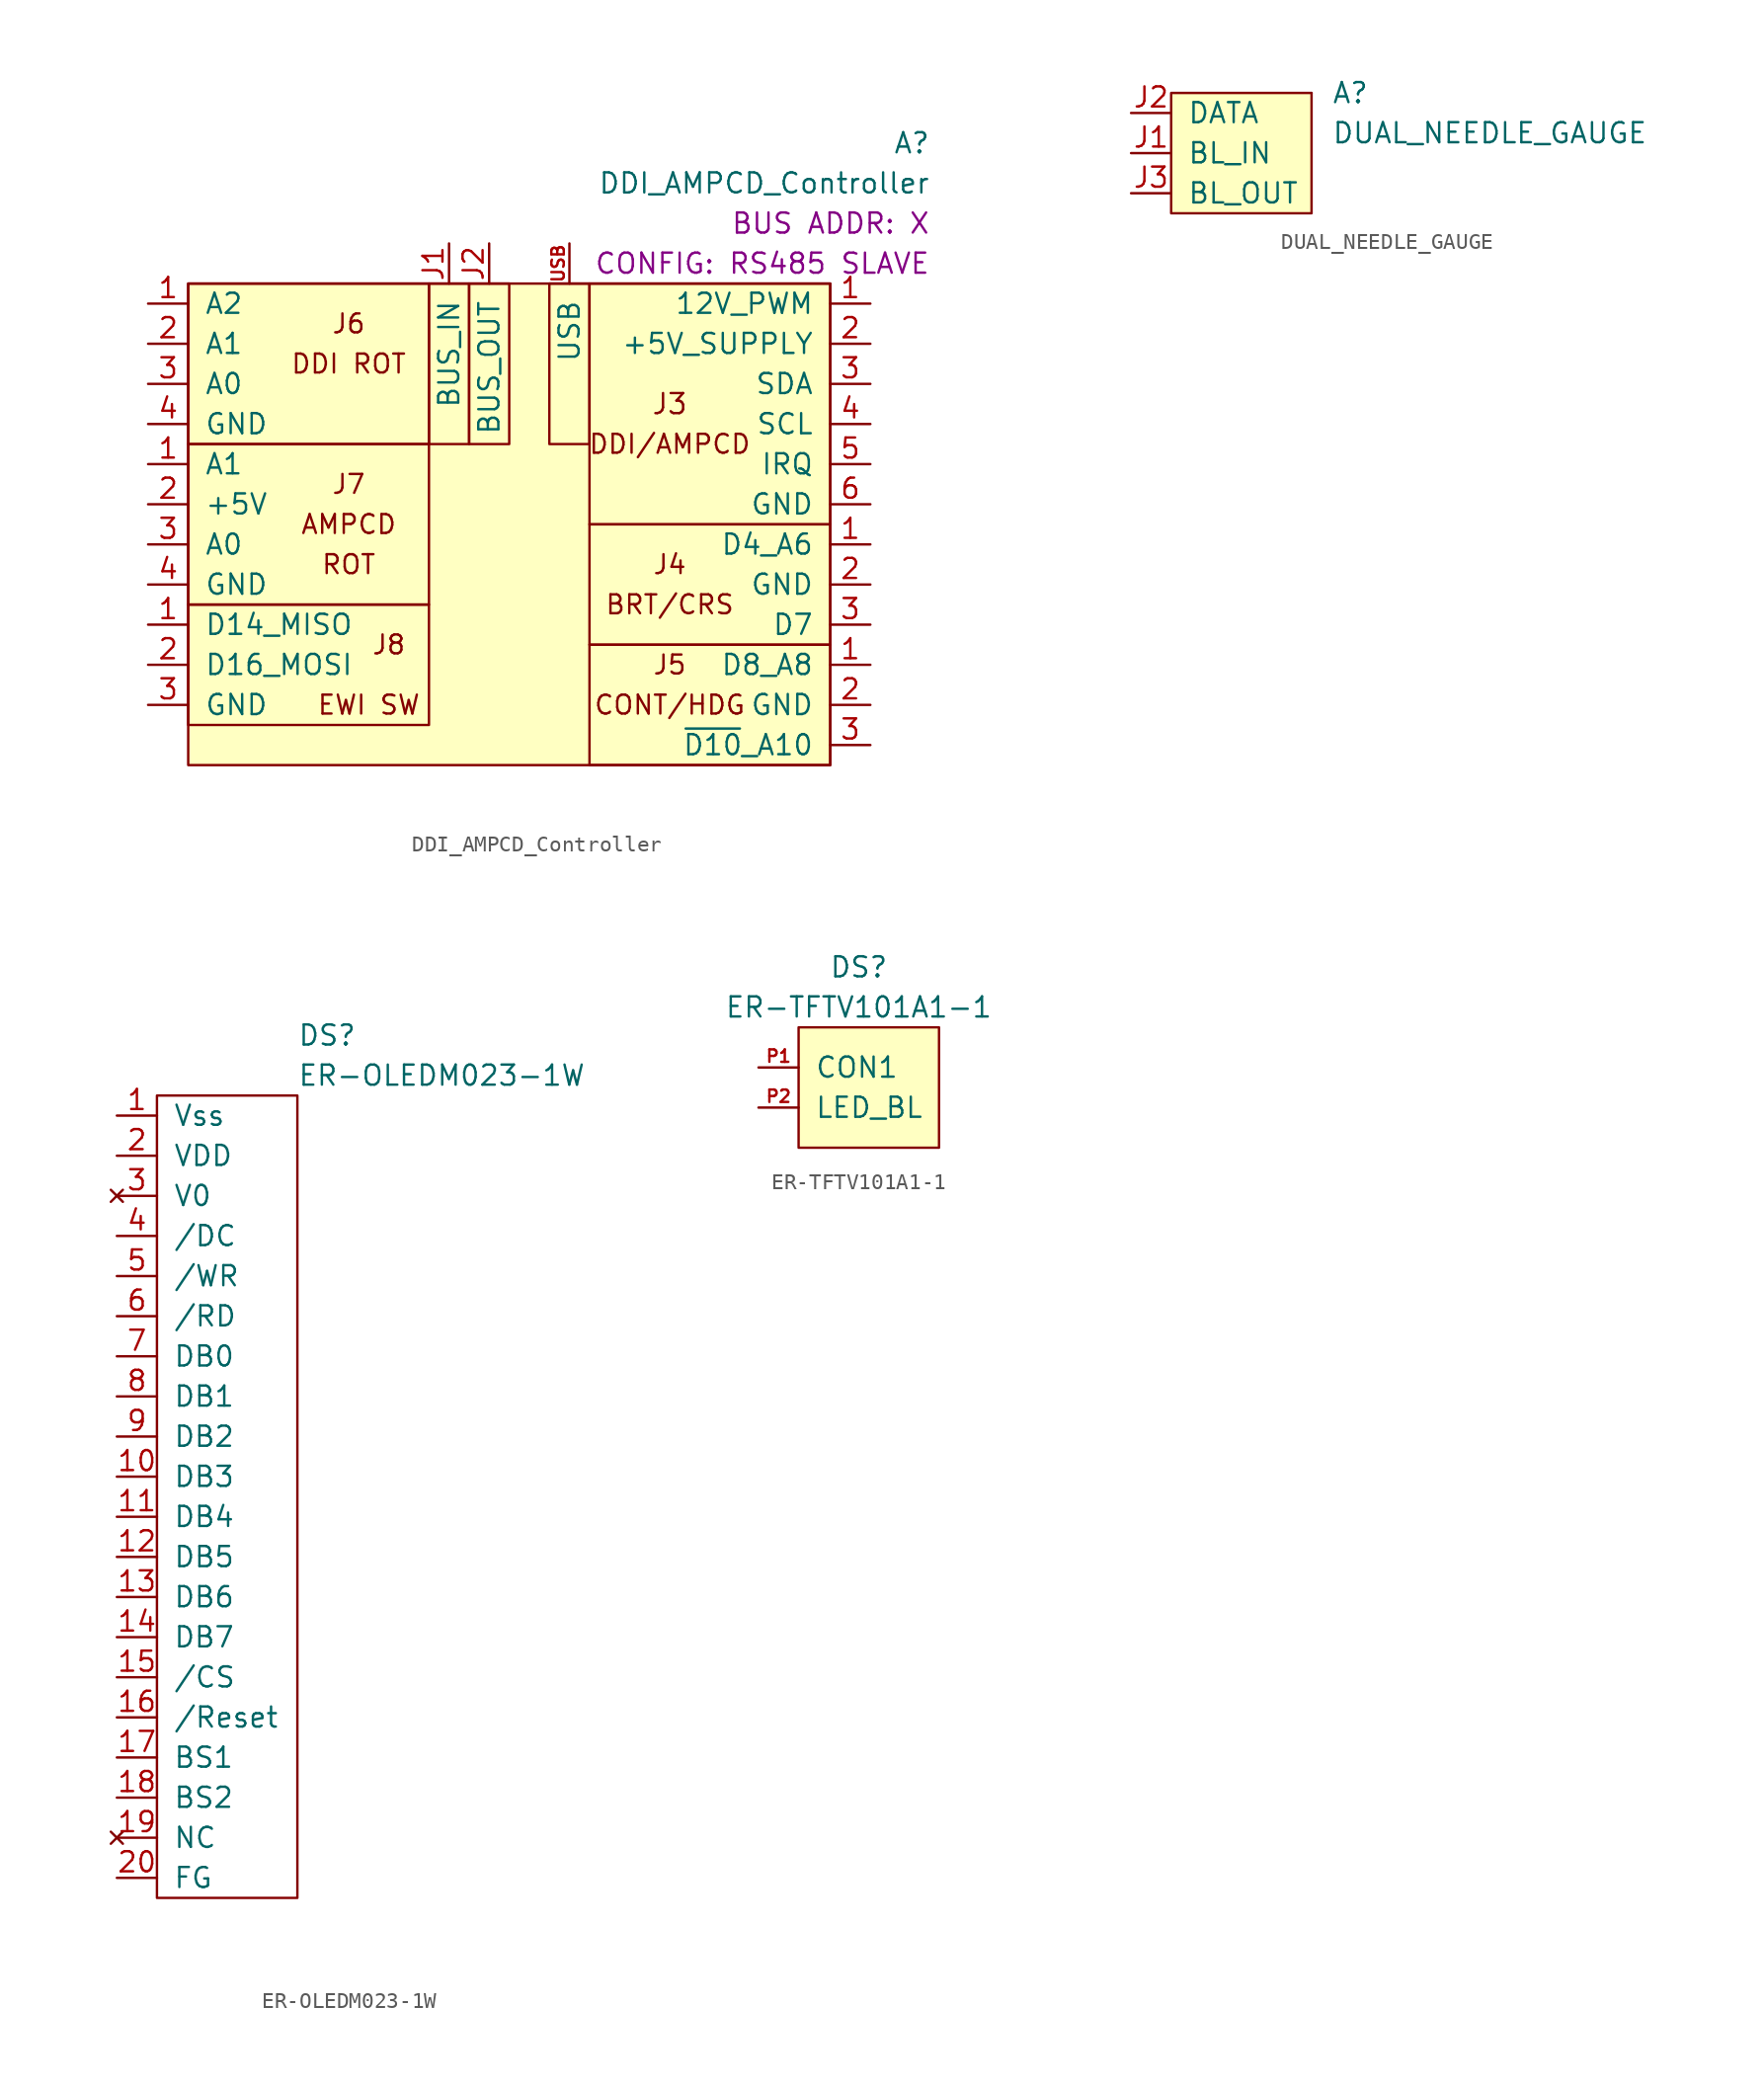
<source format=kicad_sym>
(kicad_symbol_lib
  (version 20211014)
  (generator kicad_symbol_editor)
  (symbol "DDI_AMPCD_Controller"
    (pin_names
      (offset 1.016))
    (property "Reference" "A"
      (at 38.1 49.53 0)
      (effects (font (size 1.27 1.27)) (justify right)))
    (property "Value" "DDI_AMPCD_Controller"
      (at 38.1 46.99 0)
      (effects (font (size 1.27 1.27)) (justify right)))
    (property "CONFIG" "CONFIG: RS485 SLAVE"
      (at 38.1 41.91 0)
      (effects (font (size 1.27 1.27)) (justify right)))
    (property "RS485 ADDR" "BUS ADDR: X"
      (at 38.1 44.45 0)
      (effects (font (size 1.27 1.27)) (justify right)))
    (symbol "DDI_AMPCD_Controller_0_0"
      (rectangle (start -8.89 20.32) (end 6.35 12.7) (stroke (width 0) (type default) (color 0 0 0 0)) (fill (type none)))
      (rectangle (start -8.89 30.48) (end 6.35 20.32) (stroke (width 0) (type default) (color 0 0 0 0)) (fill (type none)))
      (rectangle (start -8.89 30.48) (end 6.35 40.64) (stroke (width 0) (type default) (color 0 0 0 0)) (fill (type none)))
      (rectangle (start -8.89 40.64) (end 31.75 10.16) (stroke (width 0) (type default) (color 0 0 0 0)) (fill (type background)))
      (rectangle (start 6.35 40.64) (end 8.89 30.48) (stroke (width 0) (type default) (color 0 0 0 0)) (fill (type none)))
      (rectangle (start 8.89 40.64) (end 11.43 30.48) (stroke (width 0) (type default) (color 0 0 0 0)) (fill (type none)))
      (rectangle (start 13.97 40.64) (end 16.51 30.48) (stroke (width 0) (type default) (color 0 0 0 0)) (fill (type none)))
      (rectangle (start 31.75 17.78) (end 16.51 10.16) (stroke (width 0) (type default) (color 0 0 0 0)) (fill (type none)))
      (rectangle (start 31.75 25.4) (end 16.51 17.78) (stroke (width 0) (type default) (color 0 0 0 0)) (fill (type none)))
      (rectangle (start 31.75 25.4) (end 16.51 40.64) (stroke (width 0) (type default) (color 0 0 0 0)) (fill (type none)))
      (text "AMPCD" (at 1.27 25.4 0) (effects (font (size 1.194 1.194))))
      (text "BRT/CRS" (at 21.59 20.32 0) (effects (font (size 1.194 1.194))))
      (text "CONT/HDG" (at 21.59 13.97 0) (effects (font (size 1.194 1.194))))
      (text "DDI ROT" (at 1.27 35.56 0) (effects (font (size 1.194 1.194))))
      (text "DDI/AMPCD" (at 21.59 30.48 0) (effects (font (size 1.194 1.194))))
      (text "EWI SW" (at 2.54 13.97 0) (effects (font (size 1.194 1.194))))
      (text "J3" (at 21.59 33.02 0) (effects (font (size 1.27 1.27))))
      (text "J4" (at 21.59 22.86 0) (effects (font (size 1.194 1.194))))
      (text "J5" (at 21.59 16.51 0) (effects (font (size 1.194 1.194))))
      (text "J6" (at 1.27 38.1 0) (effects (font (size 1.194 1.194))))
      (text "J7" (at 1.27 27.94 0) (effects (font (size 1.194 1.194))))
      (text "J8" (at 3.81 17.78 0) (effects (font (size 1.194 1.194))))
      (text "ROT" (at 1.27 22.86 0) (effects (font (size 1.194 1.194))))
      (pin unspecified line (at 34.29 39.37 180) (length 2.54) (name "12V_PWM" (effects (font (size 1.27 1.27)))) (number "1" (effects (font (size 1.27 1.27)))))
      (pin unspecified line (at -11.43 29.21 0) (length 2.54) (name "A1" (effects (font (size 1.27 1.27)))) (number "1" (effects (font (size 1.27 1.27)))))
      (pin unspecified line (at -11.43 39.37 0) (length 2.54) (name "A2" (effects (font (size 1.27 1.27)))) (number "1" (effects (font (size 1.27 1.27)))))
      (pin unspecified line (at -11.43 19.05 0) (length 2.54) (name "D14_MISO" (effects (font (size 1.27 1.27)))) (number "1" (effects (font (size 1.27 1.27)))))
      (pin unspecified line (at 34.29 24.13 180) (length 2.54) (name "D4_A6" (effects (font (size 1.27 1.27)))) (number "1" (effects (font (size 1.27 1.27)))))
      (pin unspecified line (at 34.29 16.51 180) (length 2.54) (name "D8_A8" (effects (font (size 1.27 1.27)))) (number "1" (effects (font (size 1.27 1.27)))))
      (pin unspecified line (at -11.43 26.67 0) (length 2.54) (name "+5V" (effects (font (size 1.27 1.27)))) (number "2" (effects (font (size 1.27 1.27)))))
      (pin unspecified line (at 34.29 36.83 180) (length 2.54) (name "+5V_SUPPLY" (effects (font (size 1.27 1.27)))) (number "2" (effects (font (size 1.27 1.27)))))
      (pin unspecified line (at -11.43 36.83 0) (length 2.54) (name "A1" (effects (font (size 1.27 1.27)))) (number "2" (effects (font (size 1.27 1.27)))))
      (pin unspecified line (at -11.43 16.51 0) (length 2.54) (name "D16_MOSI" (effects (font (size 1.27 1.27)))) (number "2" (effects (font (size 1.27 1.27)))))
      (pin unspecified line (at 34.29 13.97 180) (length 2.54) (name "GND" (effects (font (size 1.27 1.27)))) (number "2" (effects (font (size 1.27 1.27)))))
      (pin unspecified line (at 34.29 21.59 180) (length 2.54) (name "GND" (effects (font (size 1.27 1.27)))) (number "2" (effects (font (size 1.27 1.27)))))
      (pin unspecified line (at -11.43 24.13 0) (length 2.54) (name "A0" (effects (font (size 1.27 1.27)))) (number "3" (effects (font (size 1.27 1.27)))))
      (pin unspecified line (at -11.43 34.29 0) (length 2.54) (name "A0" (effects (font (size 1.27 1.27)))) (number "3" (effects (font (size 1.27 1.27)))))
      (pin unspecified line (at 34.29 19.05 180) (length 2.54) (name "D7" (effects (font (size 1.27 1.27)))) (number "3" (effects (font (size 1.27 1.27)))))
      (pin unspecified line (at -11.43 13.97 0) (length 2.54) (name "GND" (effects (font (size 1.27 1.27)))) (number "3" (effects (font (size 1.27 1.27)))))
      (pin unspecified line (at 34.29 34.29 180) (length 2.54) (name "SDA" (effects (font (size 1.27 1.27)))) (number "3" (effects (font (size 1.27 1.27)))))
      (pin unspecified line (at 34.29 11.43 180) (length 2.54) (name "~{D10}_A10" (effects (font (size 1.27 1.27)))) (number "3" (effects (font (size 1.27 1.27)))))
      (pin unspecified line (at -11.43 21.59 0) (length 2.54) (name "GND" (effects (font (size 1.27 1.27)))) (number "4" (effects (font (size 1.27 1.27)))))
      (pin unspecified line (at -11.43 31.75 0) (length 2.54) (name "GND" (effects (font (size 1.27 1.27)))) (number "4" (effects (font (size 1.27 1.27)))))
      (pin unspecified line (at 34.29 31.75 180) (length 2.54) (name "SCL" (effects (font (size 1.27 1.27)))) (number "4" (effects (font (size 1.27 1.27)))))
      (pin unspecified line (at 34.29 29.21 180) (length 2.54) (name "IRQ" (effects (font (size 1.27 1.27)))) (number "5" (effects (font (size 1.27 1.27)))))
      (pin unspecified line (at 34.29 26.67 180) (length 2.54) (name "GND" (effects (font (size 1.27 1.27)))) (number "6" (effects (font (size 1.27 1.27)))))
      (pin unspecified line (at 7.62 43.18 270) (length 2.54) (name "BUS_IN" (effects (font (size 1.27 1.27)))) (number "J1" (effects (font (size 1.27 1.27)))))
      (pin unspecified line (at 10.16 43.18 270) (length 2.54) (name "BUS_OUT" (effects (font (size 1.27 1.27)))) (number "J2" (effects (font (size 1.27 1.27)))))
      (pin unspecified line (at 15.24 43.18 270) (length 2.54) (name "USB" (effects (font (size 1.27 1.27)))) (number "USB" (effects (font (size 0.787 0.787)))))))
  (symbol "DUAL_NEEDLE_GAUGE"
    (pin_names
      (offset 1.016))
    (property "Reference" "A"
      (at 10.16 6.35 0)
      (effects (font (size 1.27 1.27)) (justify left)))
    (property "Value" "DUAL_NEEDLE_GAUGE"
      (at 10.16 3.81 0)
      (effects (font (size 1.27 1.27)) (justify left)))
    (symbol "DUAL_NEEDLE_GAUGE_0_0"
      (pin input line (at -2.54 2.54 0) (length 2.54) (name "BL_IN" (effects (font (size 1.27 1.27)))) (number "J1" (effects (font (size 1.27 1.27)))))
      (pin input line (at -2.54 5.08 0) (length 2.54) (name "DATA" (effects (font (size 1.27 1.27)))) (number "J2" (effects (font (size 1.27 1.27)))))
      (pin output line (at -2.54 0 0) (length 2.54) (name "BL_OUT" (effects (font (size 1.27 1.27)))) (number "J3" (effects (font (size 1.27 1.27))))))
    (symbol "DUAL_NEEDLE_GAUGE_0_1"
      (rectangle (start 0 -1.27) (end 8.89 6.35) (stroke (width 0) (type default) (color 0 0 0 0)) (fill (type background)))
      (rectangle (start 8.89 6.35) (end 8.89 6.35) (stroke (width 0) (type default) (color 0 0 0 0)) (fill (type none)))))
  (symbol "ER-OLEDM023-1W"
    (pin_names
      (offset 1.016))
    (property "Reference" "DS"
      (at 2.54 19.05 0)
      (effects (font (size 1.27 1.27)) (justify left)))
    (property "Value" "ER-OLEDM023-1W"
      (at 2.54 16.51 0)
      (effects (font (size 1.27 1.27)) (justify left)))
    (symbol "ER-OLEDM023-1W_0_0"
      (pin power_out line (at -8.89 13.97 0) (length 2.54) (name "Vss" (effects (font (size 1.27 1.27)))) (number "1" (effects (font (size 1.27 1.27)))))
      (pin bidirectional line (at -8.89 -8.89 0) (length 2.54) (name "DB3" (effects (font (size 1.27 1.27)))) (number "10" (effects (font (size 1.27 1.27)))))
      (pin bidirectional line (at -8.89 -11.43 0) (length 2.54) (name "DB4" (effects (font (size 1.27 1.27)))) (number "11" (effects (font (size 1.27 1.27)))))
      (pin bidirectional line (at -8.89 -13.97 0) (length 2.54) (name "DB5" (effects (font (size 1.27 1.27)))) (number "12" (effects (font (size 1.27 1.27)))))
      (pin bidirectional line (at -8.89 -16.51 0) (length 2.54) (name "DB6" (effects (font (size 1.27 1.27)))) (number "13" (effects (font (size 1.27 1.27)))))
      (pin bidirectional line (at -8.89 -19.05 0) (length 2.54) (name "DB7" (effects (font (size 1.27 1.27)))) (number "14" (effects (font (size 1.27 1.27)))))
      (pin input line (at -8.89 -21.59 0) (length 2.54) (name "/CS" (effects (font (size 1.27 1.27)))) (number "15" (effects (font (size 1.27 1.27)))))
      (pin input line (at -8.89 -24.13 0) (length 2.54) (name "/Reset" (effects (font (size 1.27 1.27)))) (number "16" (effects (font (size 1.27 1.27)))))
      (pin tri_state line (at -8.89 -26.67 0) (length 2.54) (name "BS1" (effects (font (size 1.27 1.27)))) (number "17" (effects (font (size 1.27 1.27)))))
      (pin tri_state line (at -8.89 -29.21 0) (length 2.54) (name "BS2" (effects (font (size 1.27 1.27)))) (number "18" (effects (font (size 1.27 1.27)))))
      (pin no_connect line (at -8.89 -31.75 0) (length 2.54) (name "NC" (effects (font (size 1.27 1.27)))) (number "19" (effects (font (size 1.27 1.27)))))
      (pin power_in line (at -8.89 11.43 0) (length 2.54) (name "VDD" (effects (font (size 1.27 1.27)))) (number "2" (effects (font (size 1.27 1.27)))))
      (pin power_out line (at -8.89 -34.29 0) (length 2.54) (name "FG" (effects (font (size 1.27 1.27)))) (number "20" (effects (font (size 1.27 1.27)))))
      (pin no_connect line (at -8.89 8.89 0) (length 2.54) (name "V0" (effects (font (size 1.27 1.27)))) (number "3" (effects (font (size 1.27 1.27)))))
      (pin input line (at -8.89 6.35 0) (length 2.54) (name "/DC" (effects (font (size 1.27 1.27)))) (number "4" (effects (font (size 1.27 1.27)))))
      (pin input line (at -8.89 3.81 0) (length 2.54) (name "/WR" (effects (font (size 1.27 1.27)))) (number "5" (effects (font (size 1.27 1.27)))))
      (pin input line (at -8.89 1.27 0) (length 2.54) (name "/RD" (effects (font (size 1.27 1.27)))) (number "6" (effects (font (size 1.27 1.27)))))
      (pin bidirectional line (at -8.89 -1.27 0) (length 2.54) (name "DB0" (effects (font (size 1.27 1.27)))) (number "7" (effects (font (size 1.27 1.27)))))
      (pin bidirectional line (at -8.89 -3.81 0) (length 2.54) (name "DB1" (effects (font (size 1.27 1.27)))) (number "8" (effects (font (size 1.27 1.27)))))
      (pin bidirectional line (at -8.89 -6.35 0) (length 2.54) (name "DB2" (effects (font (size 1.27 1.27)))) (number "9" (effects (font (size 1.27 1.27))))))
    (symbol "ER-OLEDM023-1W_0_1"
      (rectangle (start -6.35 15.24) (end 2.54 -35.56) (stroke (width 0) (type default) (color 0 0 0 0)) (fill (type none)))))
  (symbol "ER-TFTV101A1-1"
    (pin_names
      (offset 1.016))
    (property "Reference" "DS"
      (at 0 7.62 0)
      (effects (font (size 1.27 1.27))))
    (property "Value" "ER-TFTV101A1-1"
      (at 0 5.08 0)
      (effects (font (size 1.27 1.27))))
    (symbol "ER-TFTV101A1-1_0_0"
      (pin bidirectional line (at -6.35 1.27 0) (length 2.54) (name "CON1" (effects (font (size 1.27 1.27)))) (number "P1" (effects (font (size 0.787 0.787)))))
      (pin bidirectional line (at -6.35 -1.27 0) (length 2.54) (name "LED_BL" (effects (font (size 1.27 1.27)))) (number "P2" (effects (font (size 0.787 0.787))))))
    (symbol "ER-TFTV101A1-1_0_1"
      (rectangle (start -3.81 3.81) (end 5.08 -3.81) (stroke (width 0) (type default) (color 0 0 0 0)) (fill (type background))))))
</source>
